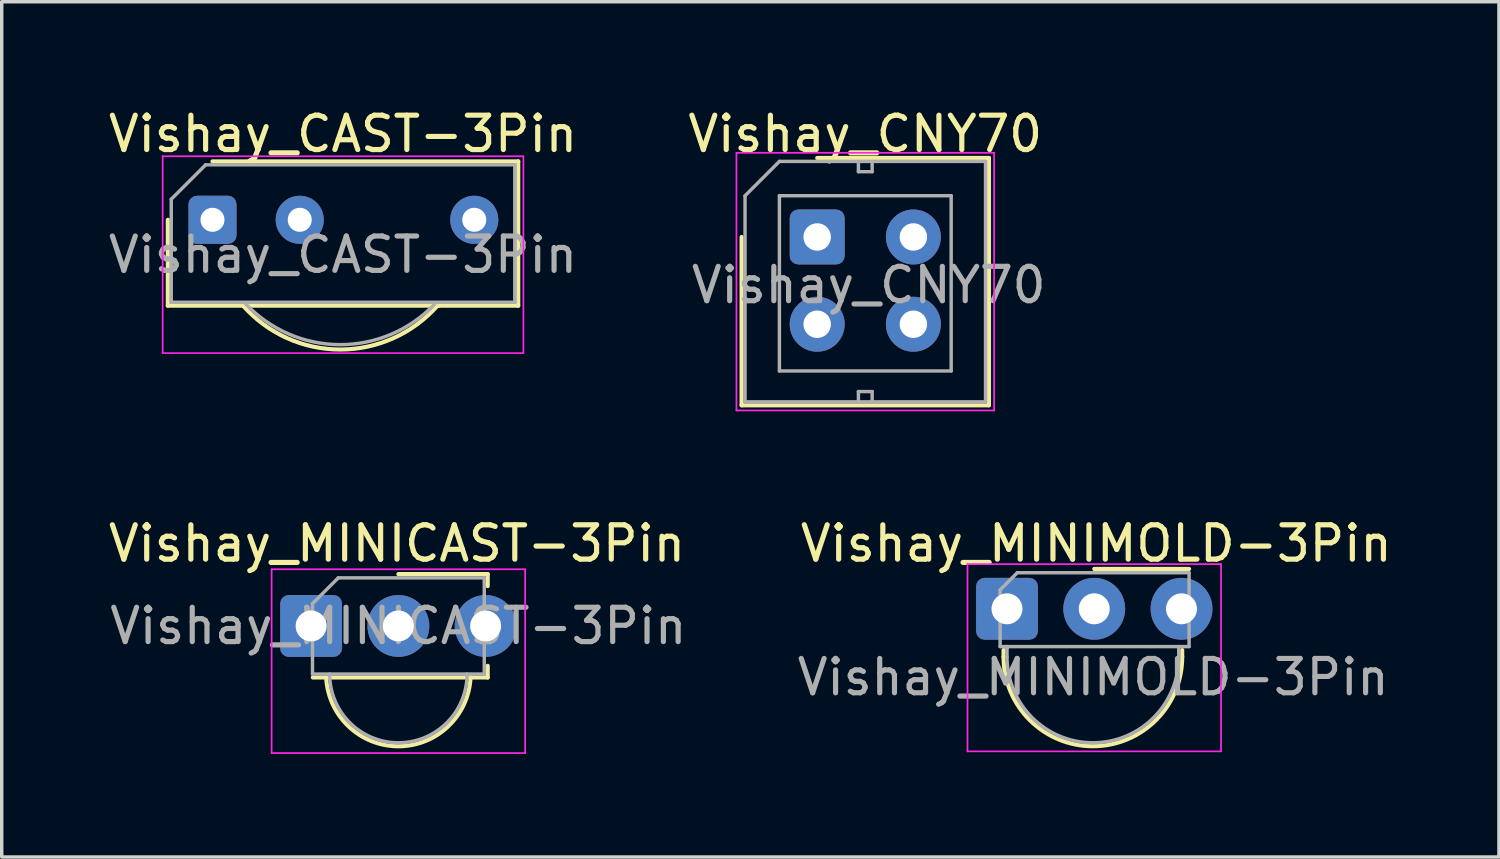
<source format=kicad_pcb>
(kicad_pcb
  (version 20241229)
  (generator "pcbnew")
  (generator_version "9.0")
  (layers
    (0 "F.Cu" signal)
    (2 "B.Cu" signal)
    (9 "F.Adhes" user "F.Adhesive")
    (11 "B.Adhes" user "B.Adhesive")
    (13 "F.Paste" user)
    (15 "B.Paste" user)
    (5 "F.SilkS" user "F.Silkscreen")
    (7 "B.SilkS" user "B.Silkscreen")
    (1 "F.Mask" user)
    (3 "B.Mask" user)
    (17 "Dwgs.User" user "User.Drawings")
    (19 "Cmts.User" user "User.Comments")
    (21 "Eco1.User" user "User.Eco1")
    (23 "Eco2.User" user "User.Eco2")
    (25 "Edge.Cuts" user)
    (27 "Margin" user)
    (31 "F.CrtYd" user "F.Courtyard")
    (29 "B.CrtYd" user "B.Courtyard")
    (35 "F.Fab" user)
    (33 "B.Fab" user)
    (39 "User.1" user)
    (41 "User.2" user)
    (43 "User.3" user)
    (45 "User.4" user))
  (footprint "Vishay_CNY70"
    (layer "F.Cu")
    (at 20.737 3.848)
    (property "Reference" "Vishay_CNY70" (at 1.4 -3 0) (layer "F.SilkS") (effects (font (size 1 1) (thickness 0.15))))
    (attr through_hole)
    (fp_line (start -2.2 0) (end -2.2 4.9) (stroke (width 0.12) (type solid)) (layer "F.SilkS"))
    (fp_line (start -2.2 4.9) (end 5 4.9) (stroke (width 0.12) (type solid)) (layer "F.SilkS"))
    (fp_line (start 5 -2.3) (end 0 -2.3) (stroke (width 0.12) (type solid)) (layer "F.SilkS"))
    (fp_line (start 5 4.9) (end 5 -2.3) (stroke (width 0.12) (type solid)) (layer "F.SilkS"))
    (fp_line (start -2.35 -2.45) (end -2.35 5.05) (stroke (width 0.05) (type solid)) (layer "F.CrtYd"))
    (fp_line (start -2.35 -2.45) (end 5.15 -2.45) (stroke (width 0.05) (type solid)) (layer "F.CrtYd"))
    (fp_line (start 5.15 5.05) (end -2.35 5.05) (stroke (width 0.05) (type solid)) (layer "F.CrtYd"))
    (fp_line (start 5.15 5.05) (end 5.15 -2.45) (stroke (width 0.05) (type solid)) (layer "F.CrtYd"))
    (fp_line (start -2.1 -1.2) (end -1.1 -2.2) (stroke (width 0.1) (type solid)) (layer "F.Fab"))
    (fp_line (start -2.1 4.8) (end -2.1 -1.2) (stroke (width 0.1) (type solid)) (layer "F.Fab"))
    (fp_line (start -1.1 -2.2) (end 4.9 -2.2) (stroke (width 0.1) (type solid)) (layer "F.Fab"))
    (fp_line (start -1.1 -1.2) (end -1.1 3.9) (stroke (width 0.1) (type solid)) (layer "F.Fab"))
    (fp_line (start -1.1 3.9) (end 3.9 3.9) (stroke (width 0.1) (type solid)) (layer "F.Fab"))
    (fp_line (start 1.2 -2.2) (end 1.2 -1.9) (stroke (width 0.1) (type solid)) (layer "F.Fab"))
    (fp_line (start 1.2 -1.9) (end 1.6 -1.9) (stroke (width 0.1) (type solid)) (layer "F.Fab"))
    (fp_line (start 1.2 4.5) (end 1.2 4.8) (stroke (width 0.1) (type solid)) (layer "F.Fab"))
    (fp_line (start 1.6 -1.9) (end 1.6 -2.2) (stroke (width 0.1) (type solid)) (layer "F.Fab"))
    (fp_line (start 1.6 4.5) (end 1.2 4.5) (stroke (width 0.1) (type solid)) (layer "F.Fab"))
    (fp_line (start 1.6 4.8) (end 1.6 4.5) (stroke (width 0.1) (type solid)) (layer "F.Fab"))
    (fp_line (start 3.9 -1.2) (end -1.1 -1.2) (stroke (width 0.1) (type solid)) (layer "F.Fab"))
    (fp_line (start 3.9 3.9) (end 3.9 -1.2) (stroke (width 0.1) (type solid)) (layer "F.Fab"))
    (fp_line (start 4.9 -2.2) (end 4.9 4.8) (stroke (width 0.1) (type solid)) (layer "F.Fab"))
    (fp_line (start 4.9 4.8) (end -2.1 4.8) (stroke (width 0.1) (type solid)) (layer "F.Fab"))
    (fp_text user "${REFERENCE}" (at 1.5 1.4 0) (layer "F.Fab") (effects (font (size 1 1) (thickness 0.15))))
    (pad "1" thru_hole roundrect (at 0 0) (size 1.6 1.6) (drill 0.8) (layers "*.Cu" "*.Mask") (roundrect_rratio 0.156))
    (pad "2" thru_hole circle (at 0 2.54) (size 1.6 1.6) (drill 0.8) (layers "*.Cu" "*.Mask"))
    (pad "3" thru_hole circle (at 2.8 2.54) (size 1.6 1.6) (drill 0.8) (layers "*.Cu" "*.Mask"))
    (pad "4" thru_hole circle (at 2.8 0) (size 1.6 1.6) (drill 0.8) (layers "*.Cu" "*.Mask")))
  (footprint "Vishay_MINICAST-3Pin"
    (layer "F.Cu")
    (at 6.006 15.171)
    (property "Reference" "Vishay_MINICAST-3Pin" (at 2.5 -2.4 180) (layer "F.SilkS") (effects (font (size 1 1) (thickness 0.15))))
    (attr through_hole)
    (fp_line (start 5.14 -1.51) (end 2.54 -1.51) (stroke (width 0.12) (type solid)) (layer "F.SilkS"))
    (fp_line (start 5.14 -1.16) (end 5.14 -1.51) (stroke (width 0.12) (type solid)) (layer "F.SilkS"))
    (fp_line (start 5.14 1.16) (end 5.14 1.5) (stroke (width 0.12) (type solid)) (layer "F.SilkS"))
    (fp_line (start 5.14 1.5) (end 0.05 1.5) (stroke (width 0.12) (type solid)) (layer "F.SilkS"))
    (fp_arc (start 4.64 1.5) (mid 2.540869 3.502379) (end 0.440083 1.501736) (stroke (width 0.12) (type solid)) (layer "F.SilkS"))
    (fp_line (start -1.15 -1.65) (end -1.15 3.7) (stroke (width 0.05) (type solid)) (layer "F.CrtYd"))
    (fp_line (start -1.15 -1.65) (end 6.23 -1.65) (stroke (width 0.05) (type solid)) (layer "F.CrtYd"))
    (fp_line (start 6.23 3.7) (end -1.15 3.7) (stroke (width 0.05) (type solid)) (layer "F.CrtYd"))
    (fp_line (start 6.23 3.7) (end 6.23 -1.65) (stroke (width 0.05) (type solid)) (layer "F.CrtYd"))
    (fp_line (start 0.04 1.4) (end 0.04 -0.65) (stroke (width 0.1) (type solid)) (layer "F.Fab"))
    (fp_line (start 0.79 -1.4) (end 0.04 -0.65) (stroke (width 0.1) (type solid)) (layer "F.Fab"))
    (fp_line (start 0.79 -1.4) (end 5.04 -1.4) (stroke (width 0.1) (type solid)) (layer "F.Fab"))
    (fp_line (start 5.04 -1.4) (end 5.04 1.4) (stroke (width 0.1) (type solid)) (layer "F.Fab"))
    (fp_line (start 5.04 1.4) (end 0.04 1.4) (stroke (width 0.1) (type solid)) (layer "F.Fab"))
    (fp_arc (start 4.54 1.4) (mid 2.54 3.4) (end 0.54 1.4) (stroke (width 0.1) (type solid)) (layer "F.Fab"))
    (fp_text user "${REFERENCE}" (at 2.54 0 0) (layer "F.Fab") (effects (font (size 1 1) (thickness 0.15))))
    (pad "1" thru_hole roundrect (at 0 0) (size 1.8 1.8) (drill 0.9) (layers "*.Cu" "*.Mask") (roundrect_rratio 0.139))
    (pad "2" thru_hole circle (at 2.54 0) (size 1.8 1.8) (drill 0.9) (layers "*.Cu" "*.Mask"))
    (pad "3" thru_hole circle (at 5.08 0) (size 1.8 1.8) (drill 0.9) (layers "*.Cu" "*.Mask")))
  (footprint "Vishay_MINIMOLD-3Pin"
    (layer "F.Cu")
    (at 26.262 14.671)
    (property "Reference" "Vishay_MINIMOLD-3Pin" (at 2.6 -1.9 180) (layer "F.SilkS") (effects (font (size 1 1) (thickness 0.15))))
    (attr through_hole)
    (fp_line (start -0.1 1.4) (end -0.1 1.2) (stroke (width 0.12) (type solid)) (layer "F.SilkS"))
    (fp_line (start 5.1 1.4) (end 5.1 1.2) (stroke (width 0.12) (type solid)) (layer "F.SilkS"))
    (fp_line (start 5.3 -1.16) (end 2.54 -1.16) (stroke (width 0.12) (type solid)) (layer "F.SilkS"))
    (fp_arc (start 5.1 1.4) (mid 2.5 4) (end -0.1 1.4) (stroke (width 0.12) (type solid)) (layer "F.SilkS"))
    (fp_line (start -1.15 -1.3) (end -1.15 4.15) (stroke (width 0.05) (type solid)) (layer "F.CrtYd"))
    (fp_line (start -1.15 -1.3) (end 6.23 -1.3) (stroke (width 0.05) (type solid)) (layer "F.CrtYd"))
    (fp_line (start 6.23 4.15) (end -1.15 4.15) (stroke (width 0.05) (type solid)) (layer "F.CrtYd"))
    (fp_line (start 6.23 4.15) (end 6.23 -1.3) (stroke (width 0.05) (type solid)) (layer "F.CrtYd"))
    (fp_line (start -0.2 1.1) (end -0.2 -0.55) (stroke (width 0.1) (type solid)) (layer "F.Fab"))
    (fp_line (start 0 1.1) (end -0.2 1.1) (stroke (width 0.1) (type solid)) (layer "F.Fab"))
    (fp_line (start 0 1.15) (end 0 1.1) (stroke (width 0.1) (type solid)) (layer "F.Fab"))
    (fp_line (start 0 1.4) (end 0 1.15) (stroke (width 0.1) (type solid)) (layer "F.Fab"))
    (fp_line (start 0.3 -1.05) (end -0.2 -0.55) (stroke (width 0.1) (type solid)) (layer "F.Fab"))
    (fp_line (start 0.3 -1.05) (end 5.3 -1.05) (stroke (width 0.1) (type solid)) (layer "F.Fab"))
    (fp_line (start 5 1.1) (end 0 1.1) (stroke (width 0.1) (type solid)) (layer "F.Fab"))
    (fp_line (start 5 1.1) (end 5 1.4) (stroke (width 0.1) (type solid)) (layer "F.Fab"))
    (fp_line (start 5.3 -1.05) (end 5.3 1.1) (stroke (width 0.1) (type solid)) (layer "F.Fab"))
    (fp_line (start 5.3 1.1) (end 5 1.1) (stroke (width 0.1) (type solid)) (layer "F.Fab"))
    (fp_arc (start 5 1.4) (mid 2.5 3.9) (end 0 1.4) (stroke (width 0.1) (type solid)) (layer "F.Fab"))
    (fp_text user "${REFERENCE}" (at 2.51 1.99 0) (layer "F.Fab") (effects (font (size 1 1) (thickness 0.15))))
    (pad "1" thru_hole roundrect (at 0 0) (size 1.8 1.8) (drill 0.9) (layers "*.Cu" "*.Mask") (roundrect_rratio 0.139))
    (pad "2" thru_hole circle (at 2.54 0) (size 1.8 1.8) (drill 0.9) (layers "*.Cu" "*.Mask"))
    (pad "3" thru_hole circle (at 5.08 0) (size 1.8 1.8) (drill 0.9) (layers "*.Cu" "*.Mask")))
  (footprint "Vishay_CAST-3Pin"
    (layer "F.Cu")
    (at 3.135 3.348)
    (property "Reference" "Vishay_CAST-3Pin" (at 3.8 -2.5 0) (layer "F.SilkS") (effects (font (size 1 1) (thickness 0.15))))
    (attr through_hole)
    (fp_line (start -1.3 0) (end -1.3 2.5) (stroke (width 0.12) (type solid)) (layer "F.SilkS"))
    (fp_line (start -1.3 2.5) (end 0.9 2.5) (stroke (width 0.12) (type solid)) (layer "F.SilkS"))
    (fp_line (start 0.9 2.5) (end 6.6 2.5) (stroke (width 0.12) (type solid)) (layer "F.SilkS"))
    (fp_line (start 6.5 2.5) (end 8.9 2.5) (stroke (width 0.12) (type solid)) (layer "F.SilkS"))
    (fp_line (start 8.9 -1.7) (end 0 -1.7) (stroke (width 0.12) (type solid)) (layer "F.SilkS"))
    (fp_line (start 8.9 2.5) (end 8.9 -1.7) (stroke (width 0.12) (type solid)) (layer "F.SilkS"))
    (fp_arc (start 6.55 2.5) (mid 3.722825 3.776095) (end 0.893744 2.504232) (stroke (width 0.12) (type solid)) (layer "F.SilkS"))
    (fp_line (start -1.45 -1.85) (end -1.45 3.88) (stroke (width 0.05) (type solid)) (layer "F.CrtYd"))
    (fp_line (start -1.45 -1.85) (end 9.05 -1.85) (stroke (width 0.05) (type solid)) (layer "F.CrtYd"))
    (fp_line (start 9.05 3.88) (end -1.45 3.88) (stroke (width 0.05) (type solid)) (layer "F.CrtYd"))
    (fp_line (start 9.05 3.88) (end 9.05 -1.85) (stroke (width 0.05) (type solid)) (layer "F.CrtYd"))
    (fp_line (start -1.2 2.4) (end -1.2 -0.6) (stroke (width 0.1) (type solid)) (layer "F.Fab"))
    (fp_line (start -0.2 -1.6) (end -1.2 -0.6) (stroke (width 0.1) (type solid)) (layer "F.Fab"))
    (fp_line (start -0.2 -1.6) (end 8.8 -1.6) (stroke (width 0.1) (type solid)) (layer "F.Fab"))
    (fp_line (start 8.8 -1.6) (end 8.8 2.4) (stroke (width 0.1) (type solid)) (layer "F.Fab"))
    (fp_line (start 8.8 2.4) (end -1.2 2.4) (stroke (width 0.1) (type solid)) (layer "F.Fab"))
    (fp_arc (start 6.47 2.45) (mid 3.710489 3.634496) (end 0.956966 2.436144) (stroke (width 0.1) (type solid)) (layer "F.Fab"))
    (fp_text user "${REFERENCE}" (at 3.8 1.017 0) (layer "F.Fab") (effects (font (size 1 1) (thickness 0.15))))
    (pad "1" thru_hole roundrect (at 0 0) (size 1.4 1.4) (drill 0.7) (layers "*.Cu" "*.Mask") (roundrect_rratio 0.178))
    (pad "2" thru_hole circle (at 2.54 0) (size 1.4 1.4) (drill 0.7) (layers "*.Cu" "*.Mask"))
    (pad "3" thru_hole circle (at 7.62 0) (size 1.4 1.4) (drill 0.7) (layers "*.Cu" "*.Mask")))
  (gr_rect
    (start -3 -3)
    (end 40.582 21.896)
    (stroke (width 0.1) (type default))
    (fill no)
    (layer "Edge.Cuts")))
</source>
